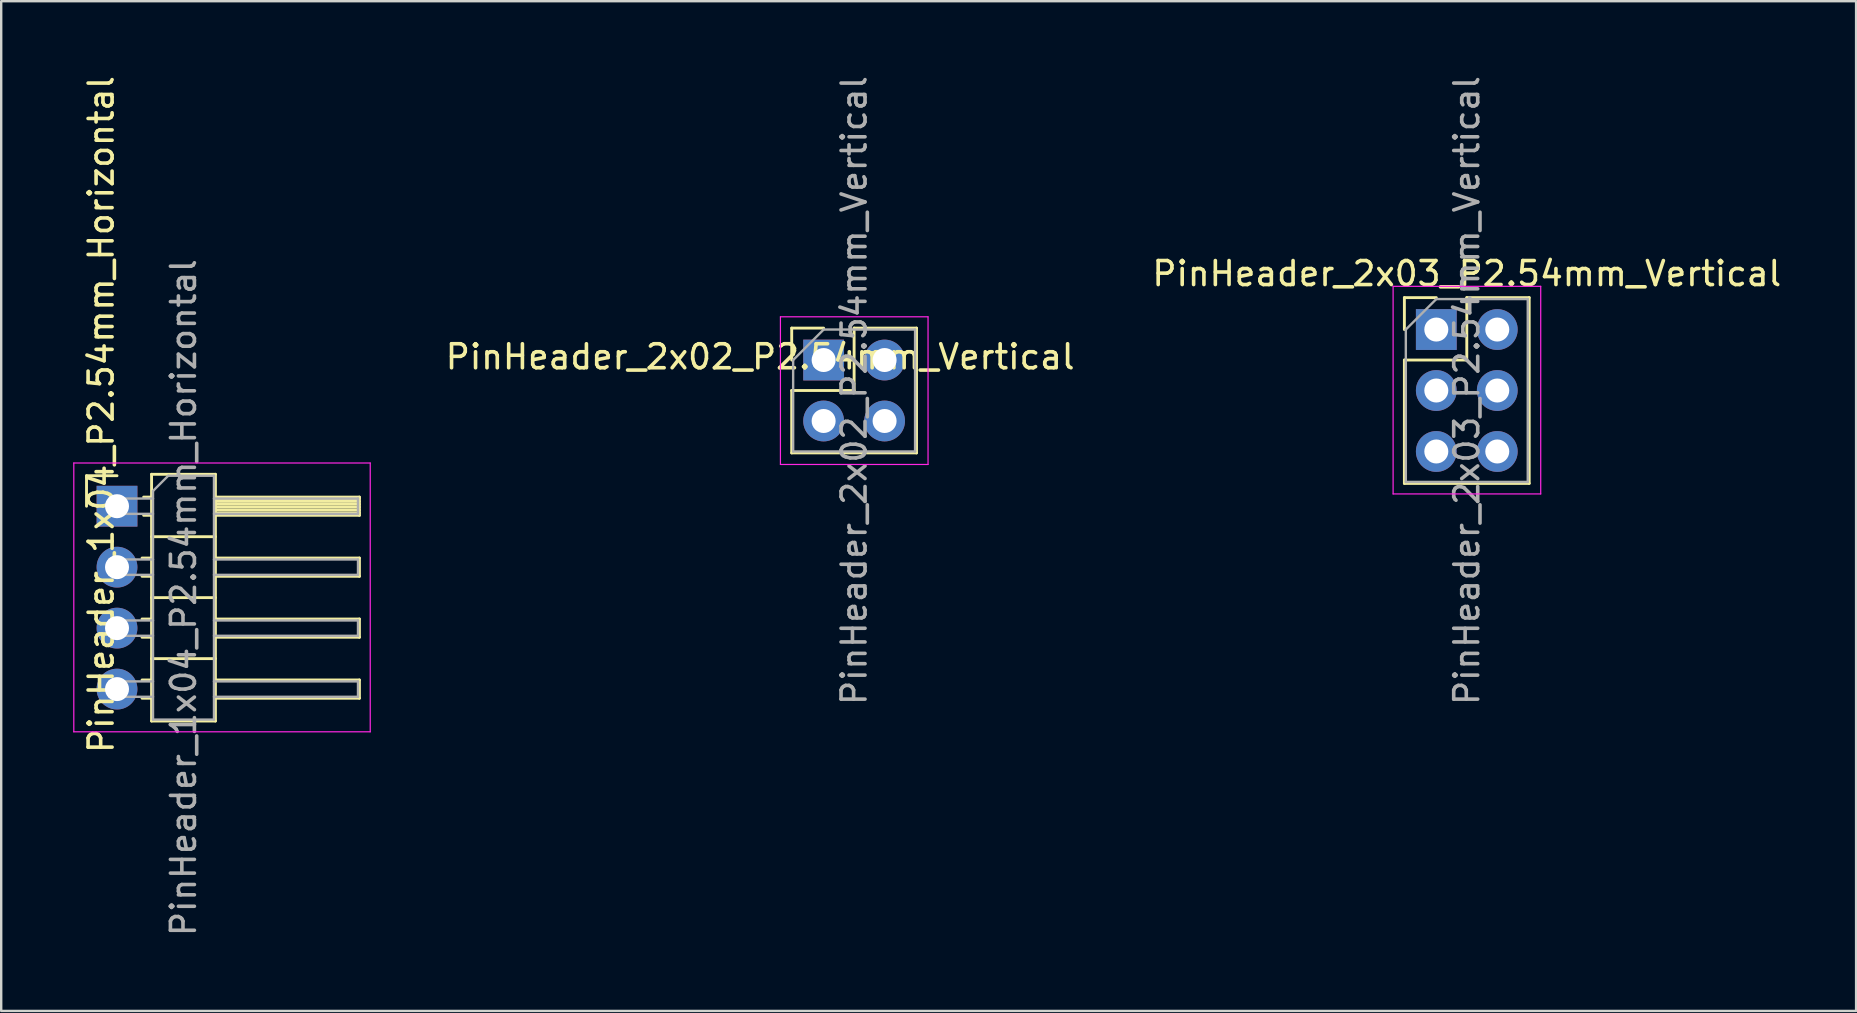
<source format=kicad_pcb>
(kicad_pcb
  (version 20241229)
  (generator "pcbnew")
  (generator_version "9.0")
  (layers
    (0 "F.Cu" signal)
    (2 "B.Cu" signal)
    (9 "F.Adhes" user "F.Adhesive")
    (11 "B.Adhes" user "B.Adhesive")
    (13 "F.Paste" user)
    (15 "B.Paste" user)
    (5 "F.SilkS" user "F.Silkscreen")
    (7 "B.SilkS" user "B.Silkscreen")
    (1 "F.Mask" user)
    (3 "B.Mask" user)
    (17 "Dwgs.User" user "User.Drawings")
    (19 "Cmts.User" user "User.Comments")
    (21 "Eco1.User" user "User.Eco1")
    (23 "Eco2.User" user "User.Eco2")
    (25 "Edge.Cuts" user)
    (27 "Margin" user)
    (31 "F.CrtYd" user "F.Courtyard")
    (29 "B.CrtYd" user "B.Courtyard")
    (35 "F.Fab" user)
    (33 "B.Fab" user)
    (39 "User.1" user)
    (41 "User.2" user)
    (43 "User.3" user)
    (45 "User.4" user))
  (footprint "PinHeader_2x03_P2.54mm_Vertical"
    (layer "F.Cu")
    (at 56.791 10.68)
    (property "Reference" "PinHeader_2x03_P2.54mm_Vertical" (at 1.27 -2.33 0) (layer "F.SilkS") (effects (font (size 1 1) (thickness 0.15))))
    (attr through_hole)
    (fp_line (start -1.33 -1.33) (end 0 -1.33) (stroke (width 0.12) (type solid)) (layer "F.SilkS"))
    (fp_line (start -1.33 0) (end -1.33 -1.33) (stroke (width 0.12) (type solid)) (layer "F.SilkS"))
    (fp_line (start -1.33 1.27) (end -1.33 6.41) (stroke (width 0.12) (type solid)) (layer "F.SilkS"))
    (fp_line (start -1.33 1.27) (end 1.27 1.27) (stroke (width 0.12) (type solid)) (layer "F.SilkS"))
    (fp_line (start -1.33 6.41) (end 3.87 6.41) (stroke (width 0.12) (type solid)) (layer "F.SilkS"))
    (fp_line (start 1.27 -1.33) (end 3.87 -1.33) (stroke (width 0.12) (type solid)) (layer "F.SilkS"))
    (fp_line (start 1.27 1.27) (end 1.27 -1.33) (stroke (width 0.12) (type solid)) (layer "F.SilkS"))
    (fp_line (start 3.87 -1.33) (end 3.87 6.41) (stroke (width 0.12) (type solid)) (layer "F.SilkS"))
    (fp_line (start -1.8 -1.8) (end -1.8 6.85) (stroke (width 0.05) (type solid)) (layer "F.CrtYd"))
    (fp_line (start -1.8 6.85) (end 4.35 6.85) (stroke (width 0.05) (type solid)) (layer "F.CrtYd"))
    (fp_line (start 4.35 -1.8) (end -1.8 -1.8) (stroke (width 0.05) (type solid)) (layer "F.CrtYd"))
    (fp_line (start 4.35 6.85) (end 4.35 -1.8) (stroke (width 0.05) (type solid)) (layer "F.CrtYd"))
    (fp_line (start -1.27 0) (end 0 -1.27) (stroke (width 0.1) (type solid)) (layer "F.Fab"))
    (fp_line (start -1.27 6.35) (end -1.27 0) (stroke (width 0.1) (type solid)) (layer "F.Fab"))
    (fp_line (start 0 -1.27) (end 3.81 -1.27) (stroke (width 0.1) (type solid)) (layer "F.Fab"))
    (fp_line (start 3.81 -1.27) (end 3.81 6.35) (stroke (width 0.1) (type solid)) (layer "F.Fab"))
    (fp_line (start 3.81 6.35) (end -1.27 6.35) (stroke (width 0.1) (type solid)) (layer "F.Fab"))
    (fp_text user "${REFERENCE}" (at 1.27 2.54 90) (layer "F.Fab") (effects (font (size 1 1) (thickness 0.15))))
    (pad "1" thru_hole rect (at 0 0) (size 1.7 1.7) (drill 1) (layers "*.Cu" "*.Mask"))
    (pad "2" thru_hole oval (at 2.54 0) (size 1.7 1.7) (drill 1) (layers "*.Cu" "*.Mask"))
    (pad "3" thru_hole oval (at 0 2.54) (size 1.7 1.7) (drill 1) (layers "*.Cu" "*.Mask"))
    (pad "4" thru_hole oval (at 2.54 2.54) (size 1.7 1.7) (drill 1) (layers "*.Cu" "*.Mask"))
    (pad "5" thru_hole oval (at 0 5.08) (size 1.7 1.7) (drill 1) (layers "*.Cu" "*.Mask"))
    (pad "6" thru_hole oval (at 2.54 5.08) (size 1.7 1.7) (drill 1) (layers "*.Cu" "*.Mask")))
  (footprint "PinHeader_2x02_P2.54mm_Vertical"
    (layer "F.Cu")
    (at 31.265 11.95)
    (property "Reference" "PinHeader_2x02_P2.54mm_Vertical" (at -2.645 -0.133 180) (layer "F.SilkS") (effects (font (size 1 1) (thickness 0.15))))
    (attr through_hole)
    (fp_line (start -1.33 -1.33) (end 0 -1.33) (stroke (width 0.12) (type solid)) (layer "F.SilkS"))
    (fp_line (start -1.33 0) (end -1.33 -1.33) (stroke (width 0.12) (type solid)) (layer "F.SilkS"))
    (fp_line (start -1.33 1.27) (end -1.33 3.87) (stroke (width 0.12) (type solid)) (layer "F.SilkS"))
    (fp_line (start -1.33 1.27) (end 1.27 1.27) (stroke (width 0.12) (type solid)) (layer "F.SilkS"))
    (fp_line (start -1.33 3.87) (end 3.87 3.87) (stroke (width 0.12) (type solid)) (layer "F.SilkS"))
    (fp_line (start 1.27 -1.33) (end 3.87 -1.33) (stroke (width 0.12) (type solid)) (layer "F.SilkS"))
    (fp_line (start 1.27 1.27) (end 1.27 -1.33) (stroke (width 0.12) (type solid)) (layer "F.SilkS"))
    (fp_line (start 3.87 -1.33) (end 3.87 3.87) (stroke (width 0.12) (type solid)) (layer "F.SilkS"))
    (fp_line (start -1.8 -1.8) (end -1.8 4.35) (stroke (width 0.05) (type solid)) (layer "F.CrtYd"))
    (fp_line (start -1.8 4.35) (end 4.35 4.35) (stroke (width 0.05) (type solid)) (layer "F.CrtYd"))
    (fp_line (start 4.35 -1.8) (end -1.8 -1.8) (stroke (width 0.05) (type solid)) (layer "F.CrtYd"))
    (fp_line (start 4.35 4.35) (end 4.35 -1.8) (stroke (width 0.05) (type solid)) (layer "F.CrtYd"))
    (fp_line (start -1.27 0) (end 0 -1.27) (stroke (width 0.1) (type solid)) (layer "F.Fab"))
    (fp_line (start -1.27 3.81) (end -1.27 0) (stroke (width 0.1) (type solid)) (layer "F.Fab"))
    (fp_line (start 0 -1.27) (end 3.81 -1.27) (stroke (width 0.1) (type solid)) (layer "F.Fab"))
    (fp_line (start 3.81 -1.27) (end 3.81 3.81) (stroke (width 0.1) (type solid)) (layer "F.Fab"))
    (fp_line (start 3.81 3.81) (end -1.27 3.81) (stroke (width 0.1) (type solid)) (layer "F.Fab"))
    (fp_text user "${REFERENCE}" (at 1.27 1.27 270) (layer "F.Fab") (effects (font (size 1 1) (thickness 0.15))))
    (pad "1" thru_hole rect (at 0 0) (size 1.7 1.7) (drill 1) (layers "*.Cu" "*.Mask"))
    (pad "2" thru_hole oval (at 2.54 0) (size 1.7 1.7) (drill 1) (layers "*.Cu" "*.Mask"))
    (pad "3" thru_hole oval (at 0 2.54) (size 1.7 1.7) (drill 1) (layers "*.Cu" "*.Mask"))
    (pad "4" thru_hole oval (at 2.54 2.54) (size 1.7 1.7) (drill 1) (layers "*.Cu" "*.Mask")))
  (footprint "PinHeader_1x04_P2.54mm_Horizontal"
    (layer "F.Cu")
    (at 1.825 18.04)
    (property "Reference" "PinHeader_1x04_P2.54mm_Horizontal" (at -0.66 -3.82 90) (layer "F.SilkS") (effects (font (size 1 1) (thickness 0.15))))
    (attr through_hole)
    (fp_line (start -1.27 -1.27) (end 0 -1.27) (stroke (width 0.12) (type solid)) (layer "F.SilkS"))
    (fp_line (start -1.27 0) (end -1.27 -1.27) (stroke (width 0.12) (type solid)) (layer "F.SilkS"))
    (fp_line (start 1.043 2.16) (end 1.44 2.16) (stroke (width 0.12) (type solid)) (layer "F.SilkS"))
    (fp_line (start 1.043 2.92) (end 1.44 2.92) (stroke (width 0.12) (type solid)) (layer "F.SilkS"))
    (fp_line (start 1.043 4.7) (end 1.44 4.7) (stroke (width 0.12) (type solid)) (layer "F.SilkS"))
    (fp_line (start 1.043 5.46) (end 1.44 5.46) (stroke (width 0.12) (type solid)) (layer "F.SilkS"))
    (fp_line (start 1.043 7.24) (end 1.44 7.24) (stroke (width 0.12) (type solid)) (layer "F.SilkS"))
    (fp_line (start 1.043 8) (end 1.44 8) (stroke (width 0.12) (type solid)) (layer "F.SilkS"))
    (fp_line (start 1.11 -0.38) (end 1.44 -0.38) (stroke (width 0.12) (type solid)) (layer "F.SilkS"))
    (fp_line (start 1.11 0.38) (end 1.44 0.38) (stroke (width 0.12) (type solid)) (layer "F.SilkS"))
    (fp_line (start 1.44 -1.33) (end 1.44 8.95) (stroke (width 0.12) (type solid)) (layer "F.SilkS"))
    (fp_line (start 1.44 1.27) (end 4.1 1.27) (stroke (width 0.12) (type solid)) (layer "F.SilkS"))
    (fp_line (start 1.44 3.81) (end 4.1 3.81) (stroke (width 0.12) (type solid)) (layer "F.SilkS"))
    (fp_line (start 1.44 6.35) (end 4.1 6.35) (stroke (width 0.12) (type solid)) (layer "F.SilkS"))
    (fp_line (start 1.44 8.95) (end 4.1 8.95) (stroke (width 0.12) (type solid)) (layer "F.SilkS"))
    (fp_line (start 4.1 -1.33) (end 1.44 -1.33) (stroke (width 0.12) (type solid)) (layer "F.SilkS"))
    (fp_line (start 4.1 -0.38) (end 10.1 -0.38) (stroke (width 0.12) (type solid)) (layer "F.SilkS"))
    (fp_line (start 4.1 -0.32) (end 10.1 -0.32) (stroke (width 0.12) (type solid)) (layer "F.SilkS"))
    (fp_line (start 4.1 -0.2) (end 10.1 -0.2) (stroke (width 0.12) (type solid)) (layer "F.SilkS"))
    (fp_line (start 4.1 -0.08) (end 10.1 -0.08) (stroke (width 0.12) (type solid)) (layer "F.SilkS"))
    (fp_line (start 4.1 0.04) (end 10.1 0.04) (stroke (width 0.12) (type solid)) (layer "F.SilkS"))
    (fp_line (start 4.1 0.16) (end 10.1 0.16) (stroke (width 0.12) (type solid)) (layer "F.SilkS"))
    (fp_line (start 4.1 0.28) (end 10.1 0.28) (stroke (width 0.12) (type solid)) (layer "F.SilkS"))
    (fp_line (start 4.1 2.16) (end 10.1 2.16) (stroke (width 0.12) (type solid)) (layer "F.SilkS"))
    (fp_line (start 4.1 4.7) (end 10.1 4.7) (stroke (width 0.12) (type solid)) (layer "F.SilkS"))
    (fp_line (start 4.1 7.24) (end 10.1 7.24) (stroke (width 0.12) (type solid)) (layer "F.SilkS"))
    (fp_line (start 4.1 8.95) (end 4.1 -1.33) (stroke (width 0.12) (type solid)) (layer "F.SilkS"))
    (fp_line (start 10.1 -0.38) (end 10.1 0.38) (stroke (width 0.12) (type solid)) (layer "F.SilkS"))
    (fp_line (start 10.1 0.38) (end 4.1 0.38) (stroke (width 0.12) (type solid)) (layer "F.SilkS"))
    (fp_line (start 10.1 2.16) (end 10.1 2.92) (stroke (width 0.12) (type solid)) (layer "F.SilkS"))
    (fp_line (start 10.1 2.92) (end 4.1 2.92) (stroke (width 0.12) (type solid)) (layer "F.SilkS"))
    (fp_line (start 10.1 4.7) (end 10.1 5.46) (stroke (width 0.12) (type solid)) (layer "F.SilkS"))
    (fp_line (start 10.1 5.46) (end 4.1 5.46) (stroke (width 0.12) (type solid)) (layer "F.SilkS"))
    (fp_line (start 10.1 7.24) (end 10.1 8) (stroke (width 0.12) (type solid)) (layer "F.SilkS"))
    (fp_line (start 10.1 8) (end 4.1 8) (stroke (width 0.12) (type solid)) (layer "F.SilkS"))
    (fp_line (start -1.8 -1.8) (end -1.8 9.4) (stroke (width 0.05) (type solid)) (layer "F.CrtYd"))
    (fp_line (start -1.8 9.4) (end 10.55 9.4) (stroke (width 0.05) (type solid)) (layer "F.CrtYd"))
    (fp_line (start 10.55 -1.8) (end -1.8 -1.8) (stroke (width 0.05) (type solid)) (layer "F.CrtYd"))
    (fp_line (start 10.55 9.4) (end 10.55 -1.8) (stroke (width 0.05) (type solid)) (layer "F.CrtYd"))
    (fp_line (start -0.32 -0.32) (end -0.32 0.32) (stroke (width 0.1) (type solid)) (layer "F.Fab"))
    (fp_line (start -0.32 -0.32) (end 1.5 -0.32) (stroke (width 0.1) (type solid)) (layer "F.Fab"))
    (fp_line (start -0.32 0.32) (end 1.5 0.32) (stroke (width 0.1) (type solid)) (layer "F.Fab"))
    (fp_line (start -0.32 2.22) (end -0.32 2.86) (stroke (width 0.1) (type solid)) (layer "F.Fab"))
    (fp_line (start -0.32 2.22) (end 1.5 2.22) (stroke (width 0.1) (type solid)) (layer "F.Fab"))
    (fp_line (start -0.32 2.86) (end 1.5 2.86) (stroke (width 0.1) (type solid)) (layer "F.Fab"))
    (fp_line (start -0.32 4.76) (end -0.32 5.4) (stroke (width 0.1) (type solid)) (layer "F.Fab"))
    (fp_line (start -0.32 4.76) (end 1.5 4.76) (stroke (width 0.1) (type solid)) (layer "F.Fab"))
    (fp_line (start -0.32 5.4) (end 1.5 5.4) (stroke (width 0.1) (type solid)) (layer "F.Fab"))
    (fp_line (start -0.32 7.3) (end -0.32 7.94) (stroke (width 0.1) (type solid)) (layer "F.Fab"))
    (fp_line (start -0.32 7.3) (end 1.5 7.3) (stroke (width 0.1) (type solid)) (layer "F.Fab"))
    (fp_line (start -0.32 7.94) (end 1.5 7.94) (stroke (width 0.1) (type solid)) (layer "F.Fab"))
    (fp_line (start 1.5 -0.635) (end 2.135 -1.27) (stroke (width 0.1) (type solid)) (layer "F.Fab"))
    (fp_line (start 1.5 8.89) (end 1.5 -0.635) (stroke (width 0.1) (type solid)) (layer "F.Fab"))
    (fp_line (start 2.135 -1.27) (end 4.04 -1.27) (stroke (width 0.1) (type solid)) (layer "F.Fab"))
    (fp_line (start 4.04 -1.27) (end 4.04 8.89) (stroke (width 0.1) (type solid)) (layer "F.Fab"))
    (fp_line (start 4.04 -0.32) (end 10.04 -0.32) (stroke (width 0.1) (type solid)) (layer "F.Fab"))
    (fp_line (start 4.04 0.32) (end 10.04 0.32) (stroke (width 0.1) (type solid)) (layer "F.Fab"))
    (fp_line (start 4.04 2.22) (end 10.04 2.22) (stroke (width 0.1) (type solid)) (layer "F.Fab"))
    (fp_line (start 4.04 2.86) (end 10.04 2.86) (stroke (width 0.1) (type solid)) (layer "F.Fab"))
    (fp_line (start 4.04 4.76) (end 10.04 4.76) (stroke (width 0.1) (type solid)) (layer "F.Fab"))
    (fp_line (start 4.04 5.4) (end 10.04 5.4) (stroke (width 0.1) (type solid)) (layer "F.Fab"))
    (fp_line (start 4.04 7.3) (end 10.04 7.3) (stroke (width 0.1) (type solid)) (layer "F.Fab"))
    (fp_line (start 4.04 7.94) (end 10.04 7.94) (stroke (width 0.1) (type solid)) (layer "F.Fab"))
    (fp_line (start 4.04 8.89) (end 1.5 8.89) (stroke (width 0.1) (type solid)) (layer "F.Fab"))
    (fp_line (start 10.04 -0.32) (end 10.04 0.32) (stroke (width 0.1) (type solid)) (layer "F.Fab"))
    (fp_line (start 10.04 2.22) (end 10.04 2.86) (stroke (width 0.1) (type solid)) (layer "F.Fab"))
    (fp_line (start 10.04 4.76) (end 10.04 5.4) (stroke (width 0.1) (type solid)) (layer "F.Fab"))
    (fp_line (start 10.04 7.3) (end 10.04 7.94) (stroke (width 0.1) (type solid)) (layer "F.Fab"))
    (fp_text user "${REFERENCE}" (at 2.77 3.81 270) (layer "F.Fab") (effects (font (size 1 1) (thickness 0.15))))
    (pad "1" thru_hole rect (at 0 0) (size 1.7 1.7) (drill 1) (layers "*.Cu" "*.Mask"))
    (pad "2" thru_hole oval (at 0 2.54) (size 1.7 1.7) (drill 1) (layers "*.Cu" "*.Mask"))
    (pad "3" thru_hole oval (at 0 5.08) (size 1.7 1.7) (drill 1) (layers "*.Cu" "*.Mask"))
    (pad "4" thru_hole oval (at 0 7.62) (size 1.7 1.7) (drill 1) (layers "*.Cu" "*.Mask")))
  (gr_rect
    (start -3 -3)
    (end 74.281 39.07)
    (stroke (width 0.1) (type default))
    (fill no)
    (layer "Edge.Cuts")))
</source>
